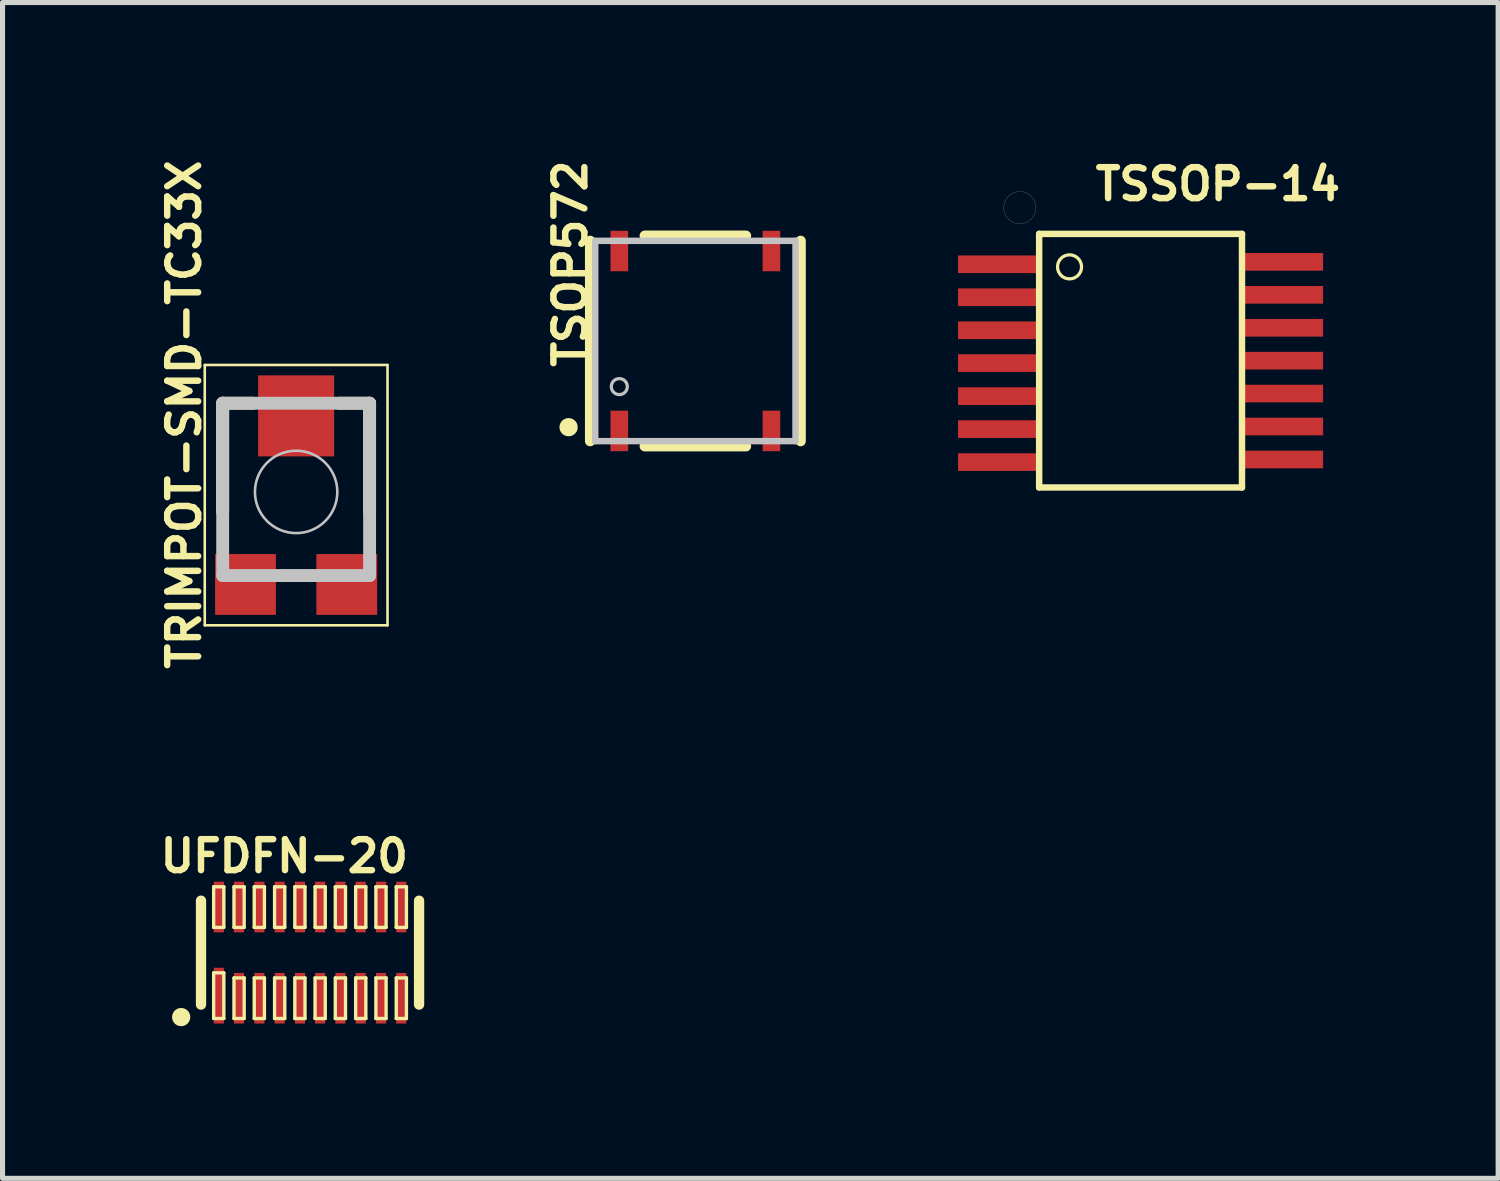
<source format=kicad_pcb>
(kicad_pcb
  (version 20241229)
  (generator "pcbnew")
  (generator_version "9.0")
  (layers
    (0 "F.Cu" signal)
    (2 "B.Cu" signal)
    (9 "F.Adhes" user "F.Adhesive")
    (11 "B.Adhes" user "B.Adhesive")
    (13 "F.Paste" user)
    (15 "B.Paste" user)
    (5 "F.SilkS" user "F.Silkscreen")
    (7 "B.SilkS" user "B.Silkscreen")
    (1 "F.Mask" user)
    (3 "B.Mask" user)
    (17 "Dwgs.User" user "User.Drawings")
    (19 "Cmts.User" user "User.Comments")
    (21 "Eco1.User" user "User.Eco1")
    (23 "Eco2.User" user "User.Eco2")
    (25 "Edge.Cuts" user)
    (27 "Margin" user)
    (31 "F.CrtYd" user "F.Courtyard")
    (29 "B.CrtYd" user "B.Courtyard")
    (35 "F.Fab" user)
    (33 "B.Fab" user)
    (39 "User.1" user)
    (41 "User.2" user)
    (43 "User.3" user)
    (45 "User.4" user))
  (footprint "TRIMPOT-SMD-TC33X"
    (layer "F.Cu")
    (at 2.787 6.646)
    (property "Reference" "TRIMPOT-SMD-TC33X" (at -2.207 -1.524 90) (layer "F.SilkS") (effects (font (size 0.61 0.61) (thickness 0.127))))
    (attr smd)
    (fp_line (start -1.801 -2.502) (end 1.801 -2.502) (stroke (width 0.051) (type solid)) (layer "F.SilkS"))
    (fp_line (start -1.801 2.629) (end -1.801 -2.502) (stroke (width 0.051) (type solid)) (layer "F.SilkS"))
    (fp_line (start -1.448 -1.748) (end -0.848 -1.748) (stroke (width 0.254) (type solid)) (layer "F.SilkS"))
    (fp_line (start -1.448 0.399) (end -1.448 -1.748) (stroke (width 0.254) (type solid)) (layer "F.SilkS"))
    (fp_line (start 1.448 -1.748) (end 0.848 -1.748) (stroke (width 0.254) (type solid)) (layer "F.SilkS"))
    (fp_line (start 1.448 0.399) (end 1.448 -1.748) (stroke (width 0.254) (type solid)) (layer "F.SilkS"))
    (fp_line (start 1.801 -2.502) (end 1.801 2.629) (stroke (width 0.051) (type solid)) (layer "F.SilkS"))
    (fp_line (start 1.801 2.629) (end -1.801 2.629) (stroke (width 0.051) (type solid)) (layer "F.SilkS"))
    (fp_line (start -1.448 -1.748) (end -1.448 1.648) (stroke (width 0.254) (type solid)) (layer "Dwgs.User"))
    (fp_line (start -1.448 1.648) (end 1.448 1.648) (stroke (width 0.254) (type solid)) (layer "Dwgs.User"))
    (fp_line (start 1.448 -1.748) (end -1.448 -1.748) (stroke (width 0.254) (type solid)) (layer "Dwgs.User"))
    (fp_line (start 1.448 1.648) (end 1.448 -1.748) (stroke (width 0.254) (type solid)) (layer "Dwgs.User"))
    (fp_circle (center 0 0) (end -0.574 0.574) (stroke (width 0.051) (type solid)) (fill no) (layer "Dwgs.User"))
    (pad "1" smd rect (at -0.998 1.824) (size 1.199 1.199) (layers "F.Cu" "F.Mask" "F.Paste"))
    (pad "2" smd rect (at 0 -1.499) (size 1.499 1.598) (layers "F.Cu" "F.Mask" "F.Paste"))
    (pad "3" smd rect (at 0.998 1.824) (size 1.199 1.199) (layers "F.Cu" "F.Mask" "F.Paste")))
  (footprint "TSOP572"
    (layer "F.Cu")
    (at 10.656 3.671)
    (property "Reference" "TSOP572" (at -2.464 -1.524 90) (layer "F.SilkS") (effects (font (size 0.61 0.61) (thickness 0.127))))
    (attr smd)
    (fp_line (start -2.075 -1.974) (end -2.075 1.974) (stroke (width 0.203) (type solid)) (layer "F.SilkS"))
    (fp_line (start 0.998 -2.075) (end -0.998 -2.075) (stroke (width 0.203) (type solid)) (layer "F.SilkS"))
    (fp_line (start 0.998 2.075) (end -0.998 2.075) (stroke (width 0.203) (type solid)) (layer "F.SilkS"))
    (fp_line (start 2.075 -1.974) (end 2.075 1.974) (stroke (width 0.203) (type solid)) (layer "F.SilkS"))
    (fp_circle (center -2.499 1.699) (end -2.626 1.826) (stroke (width 0) (type solid)) (fill yes) (layer "F.SilkS"))
    (fp_line (start -1.974 -1.974) (end -1.974 1.974) (stroke (width 0.127) (type solid)) (layer "Dwgs.User"))
    (fp_line (start -1.974 1.974) (end 1.974 1.974) (stroke (width 0.127) (type solid)) (layer "Dwgs.User"))
    (fp_line (start 1.974 -1.974) (end -1.974 -1.974) (stroke (width 0.127) (type solid)) (layer "Dwgs.User"))
    (fp_line (start 1.974 1.974) (end 1.974 -1.974) (stroke (width 0.127) (type solid)) (layer "Dwgs.User"))
    (fp_circle (center -1.499 0.899) (end -1.61 1.011) (stroke (width 0.064) (type solid)) (fill no) (layer "Dwgs.User"))
    (pad "1" smd rect (at -1.499 1.773 90) (size 0.798 0.348) (layers "F.Cu" "F.Mask" "F.Paste"))
    (pad "5" smd rect (at 1.499 1.773 90) (size 0.798 0.348) (layers "F.Cu" "F.Mask" "F.Paste"))
    (pad "6" smd rect (at 1.499 -1.773 90) (size 0.798 0.348) (layers "F.Cu" "F.Mask" "F.Paste"))
    (pad "8" smd rect (at -1.499 -1.773 90) (size 0.798 0.348) (layers "F.Cu" "F.Mask" "F.Paste")))
  (footprint "TSSOP-14"
    (layer "F.Cu")
    (at 19.431 4.059)
    (property "Reference" "TSSOP-14" (at 1.524 -3.48 0) (layer "F.SilkS") (effects (font (size 0.61 0.61) (thickness 0.127))))
    (attr smd)
    (fp_line (start -2.697 -3.015) (end -2.69 -2.944) (stroke (width 0.003) (type solid)) (layer "F.SilkS"))
    (fp_line (start -2.69 -3.086) (end -2.697 -3.015) (stroke (width 0.003) (type solid)) (layer "F.SilkS"))
    (fp_line (start -2.69 -2.944) (end -2.667 -2.878) (stroke (width 0.003) (type solid)) (layer "F.SilkS"))
    (fp_line (start -2.667 -3.152) (end -2.69 -3.086) (stroke (width 0.003) (type solid)) (layer "F.SilkS"))
    (fp_line (start -2.667 -2.878) (end -2.629 -2.817) (stroke (width 0.003) (type solid)) (layer "F.SilkS"))
    (fp_line (start -2.629 -3.213) (end -2.667 -3.152) (stroke (width 0.003) (type solid)) (layer "F.SilkS"))
    (fp_line (start -2.629 -2.817) (end -2.578 -2.766) (stroke (width 0.003) (type solid)) (layer "F.SilkS"))
    (fp_line (start -2.578 -3.264) (end -2.629 -3.213) (stroke (width 0.003) (type solid)) (layer "F.SilkS"))
    (fp_line (start -2.578 -2.766) (end -2.517 -2.728) (stroke (width 0.003) (type solid)) (layer "F.SilkS"))
    (fp_line (start -2.517 -3.302) (end -2.578 -3.264) (stroke (width 0.003) (type solid)) (layer "F.SilkS"))
    (fp_line (start -2.517 -2.728) (end -2.451 -2.705) (stroke (width 0.003) (type solid)) (layer "F.SilkS"))
    (fp_line (start -2.451 -3.325) (end -2.517 -3.302) (stroke (width 0.003) (type solid)) (layer "F.SilkS"))
    (fp_line (start -2.451 -2.705) (end -2.38 -2.697) (stroke (width 0.003) (type solid)) (layer "F.SilkS"))
    (fp_line (start -2.38 -3.332) (end -2.451 -3.325) (stroke (width 0.003) (type solid)) (layer "F.SilkS"))
    (fp_line (start -2.38 -2.697) (end -2.309 -2.705) (stroke (width 0.003) (type solid)) (layer "F.SilkS"))
    (fp_line (start -2.309 -3.325) (end -2.38 -3.332) (stroke (width 0.003) (type solid)) (layer "F.SilkS"))
    (fp_line (start -2.309 -2.705) (end -2.243 -2.728) (stroke (width 0.003) (type solid)) (layer "F.SilkS"))
    (fp_line (start -2.243 -3.302) (end -2.309 -3.325) (stroke (width 0.003) (type solid)) (layer "F.SilkS"))
    (fp_line (start -2.243 -2.728) (end -2.182 -2.766) (stroke (width 0.003) (type solid)) (layer "F.SilkS"))
    (fp_line (start -2.182 -3.264) (end -2.243 -3.302) (stroke (width 0.003) (type solid)) (layer "F.SilkS"))
    (fp_line (start -2.182 -2.766) (end -2.131 -2.817) (stroke (width 0.003) (type solid)) (layer "F.SilkS"))
    (fp_line (start -2.131 -3.213) (end -2.182 -3.264) (stroke (width 0.003) (type solid)) (layer "F.SilkS"))
    (fp_line (start -2.131 -2.817) (end -2.093 -2.878) (stroke (width 0.003) (type solid)) (layer "F.SilkS"))
    (fp_line (start -2.093 -3.152) (end -2.131 -3.213) (stroke (width 0.003) (type solid)) (layer "F.SilkS"))
    (fp_line (start -2.093 -2.878) (end -2.07 -2.944) (stroke (width 0.003) (type solid)) (layer "F.SilkS"))
    (fp_line (start -2.07 -3.086) (end -2.093 -3.152) (stroke (width 0.003) (type solid)) (layer "F.SilkS"))
    (fp_line (start -2.07 -2.944) (end -2.062 -3.015) (stroke (width 0.003) (type solid)) (layer "F.SilkS"))
    (fp_line (start -2.062 -3.015) (end -2.07 -3.086) (stroke (width 0.003) (type solid)) (layer "F.SilkS"))
    (fp_line (start -1.999 -2.499) (end -1.999 2.499) (stroke (width 0.127) (type solid)) (layer "F.SilkS"))
    (fp_line (start -1.999 2.499) (end 1.999 2.499) (stroke (width 0.127) (type solid)) (layer "F.SilkS"))
    (fp_line (start 1.999 -2.499) (end -1.999 -2.499) (stroke (width 0.127) (type solid)) (layer "F.SilkS"))
    (fp_line (start 1.999 2.499) (end 1.999 -2.499) (stroke (width 0.127) (type solid)) (layer "F.SilkS"))
    (fp_circle (center -1.4 -1.849) (end -1.567 -2.017) (stroke (width 0.064) (type solid)) (fill no) (layer "F.SilkS"))
    (pad "1" smd rect (at -2.799 -1.9) (size 1.598 0.348) (layers "F.Cu" "F.Mask" "F.Paste"))
    (pad "2" smd rect (at -2.799 -1.25) (size 1.598 0.348) (layers "F.Cu" "F.Mask" "F.Paste"))
    (pad "3" smd rect (at -2.799 -0.599) (size 1.598 0.348) (layers "F.Cu" "F.Mask" "F.Paste"))
    (pad "4" smd rect (at -2.799 0.048) (size 1.598 0.348) (layers "F.Cu" "F.Mask" "F.Paste"))
    (pad "5" smd rect (at -2.799 0.699) (size 1.598 0.348) (layers "F.Cu" "F.Mask" "F.Paste"))
    (pad "6" smd rect (at -2.799 1.349) (size 1.598 0.348) (layers "F.Cu" "F.Mask" "F.Paste"))
    (pad "7" smd rect (at -2.799 1.999) (size 1.598 0.348) (layers "F.Cu" "F.Mask" "F.Paste"))
    (pad "8" smd rect (at 2.799 1.948) (size 1.598 0.348) (layers "F.Cu" "F.Mask" "F.Paste"))
    (pad "9" smd rect (at 2.799 1.298) (size 1.598 0.348) (layers "F.Cu" "F.Mask" "F.Paste"))
    (pad "10" smd rect (at 2.799 0.648) (size 1.598 0.348) (layers "F.Cu" "F.Mask" "F.Paste"))
    (pad "11" smd rect (at 2.799 0) (size 1.598 0.348) (layers "F.Cu" "F.Mask" "F.Paste"))
    (pad "12" smd rect (at 2.799 -0.648) (size 1.598 0.348) (layers "F.Cu" "F.Mask" "F.Paste"))
    (pad "13" smd rect (at 2.799 -1.298) (size 1.598 0.348) (layers "F.Cu" "F.Mask" "F.Paste"))
    (pad "14" smd rect (at 2.799 -1.948) (size 1.598 0.348) (layers "F.Cu" "F.Mask" "F.Paste")))
  (footprint "UFDFN-20"
    (layer "F.Cu")
    (at 3.061 15.727)
    (property "Reference" "UFDFN-20" (at -0.508 -1.902 0) (layer "F.SilkS") (effects (font (size 0.61 0.61) (thickness 0.127))))
    (attr smd)
    (fp_line (start -2.149 -1.024) (end -2.149 1.024) (stroke (width 0.203) (type solid)) (layer "F.SilkS"))
    (fp_line (start -1.9 -1.298) (end -1.699 -1.298) (stroke (width 0.066) (type solid)) (layer "F.SilkS"))
    (fp_line (start -1.9 -0.498) (end -1.9 -1.298) (stroke (width 0.066) (type solid)) (layer "F.SilkS"))
    (fp_line (start -1.9 -0.498) (end -1.699 -0.498) (stroke (width 0.066) (type solid)) (layer "F.SilkS"))
    (fp_line (start -1.9 0.399) (end -1.699 0.399) (stroke (width 0.066) (type solid)) (layer "F.SilkS"))
    (fp_line (start -1.9 1.298) (end -1.9 0.399) (stroke (width 0.066) (type solid)) (layer "F.SilkS"))
    (fp_line (start -1.9 1.298) (end -1.699 1.298) (stroke (width 0.066) (type solid)) (layer "F.SilkS"))
    (fp_line (start -1.699 -0.498) (end -1.699 -1.298) (stroke (width 0.066) (type solid)) (layer "F.SilkS"))
    (fp_line (start -1.699 1.298) (end -1.699 0.399) (stroke (width 0.066) (type solid)) (layer "F.SilkS"))
    (fp_line (start -1.499 -1.298) (end -1.298 -1.298) (stroke (width 0.066) (type solid)) (layer "F.SilkS"))
    (fp_line (start -1.499 -0.498) (end -1.499 -1.298) (stroke (width 0.066) (type solid)) (layer "F.SilkS"))
    (fp_line (start -1.499 -0.498) (end -1.298 -0.498) (stroke (width 0.066) (type solid)) (layer "F.SilkS"))
    (fp_line (start -1.499 0.498) (end -1.298 0.498) (stroke (width 0.066) (type solid)) (layer "F.SilkS"))
    (fp_line (start -1.499 1.298) (end -1.499 0.498) (stroke (width 0.066) (type solid)) (layer "F.SilkS"))
    (fp_line (start -1.499 1.298) (end -1.298 1.298) (stroke (width 0.066) (type solid)) (layer "F.SilkS"))
    (fp_line (start -1.298 -0.498) (end -1.298 -1.298) (stroke (width 0.066) (type solid)) (layer "F.SilkS"))
    (fp_line (start -1.298 1.298) (end -1.298 0.498) (stroke (width 0.066) (type solid)) (layer "F.SilkS"))
    (fp_line (start -1.1 -1.298) (end -0.899 -1.298) (stroke (width 0.066) (type solid)) (layer "F.SilkS"))
    (fp_line (start -1.1 -0.498) (end -1.1 -1.298) (stroke (width 0.066) (type solid)) (layer "F.SilkS"))
    (fp_line (start -1.1 -0.498) (end -0.899 -0.498) (stroke (width 0.066) (type solid)) (layer "F.SilkS"))
    (fp_line (start -1.1 0.498) (end -0.899 0.498) (stroke (width 0.066) (type solid)) (layer "F.SilkS"))
    (fp_line (start -1.1 1.298) (end -1.1 0.498) (stroke (width 0.066) (type solid)) (layer "F.SilkS"))
    (fp_line (start -1.1 1.298) (end -0.899 1.298) (stroke (width 0.066) (type solid)) (layer "F.SilkS"))
    (fp_line (start -0.899 -0.498) (end -0.899 -1.298) (stroke (width 0.066) (type solid)) (layer "F.SilkS"))
    (fp_line (start -0.899 1.298) (end -0.899 0.498) (stroke (width 0.066) (type solid)) (layer "F.SilkS"))
    (fp_line (start -0.699 -1.298) (end -0.498 -1.298) (stroke (width 0.066) (type solid)) (layer "F.SilkS"))
    (fp_line (start -0.699 -0.498) (end -0.699 -1.298) (stroke (width 0.066) (type solid)) (layer "F.SilkS"))
    (fp_line (start -0.699 -0.498) (end -0.498 -0.498) (stroke (width 0.066) (type solid)) (layer "F.SilkS"))
    (fp_line (start -0.699 0.498) (end -0.498 0.498) (stroke (width 0.066) (type solid)) (layer "F.SilkS"))
    (fp_line (start -0.699 1.298) (end -0.699 0.498) (stroke (width 0.066) (type solid)) (layer "F.SilkS"))
    (fp_line (start -0.699 1.298) (end -0.498 1.298) (stroke (width 0.066) (type solid)) (layer "F.SilkS"))
    (fp_line (start -0.498 -0.498) (end -0.498 -1.298) (stroke (width 0.066) (type solid)) (layer "F.SilkS"))
    (fp_line (start -0.498 1.298) (end -0.498 0.498) (stroke (width 0.066) (type solid)) (layer "F.SilkS"))
    (fp_line (start -0.3 -1.298) (end -0.099 -1.298) (stroke (width 0.066) (type solid)) (layer "F.SilkS"))
    (fp_line (start -0.3 -0.498) (end -0.3 -1.298) (stroke (width 0.066) (type solid)) (layer "F.SilkS"))
    (fp_line (start -0.3 -0.498) (end -0.099 -0.498) (stroke (width 0.066) (type solid)) (layer "F.SilkS"))
    (fp_line (start -0.3 0.498) (end -0.099 0.498) (stroke (width 0.066) (type solid)) (layer "F.SilkS"))
    (fp_line (start -0.3 1.298) (end -0.3 0.498) (stroke (width 0.066) (type solid)) (layer "F.SilkS"))
    (fp_line (start -0.3 1.298) (end -0.099 1.298) (stroke (width 0.066) (type solid)) (layer "F.SilkS"))
    (fp_line (start -0.099 -0.498) (end -0.099 -1.298) (stroke (width 0.066) (type solid)) (layer "F.SilkS"))
    (fp_line (start -0.099 1.298) (end -0.099 0.498) (stroke (width 0.066) (type solid)) (layer "F.SilkS"))
    (fp_line (start 0.099 -1.298) (end 0.3 -1.298) (stroke (width 0.066) (type solid)) (layer "F.SilkS"))
    (fp_line (start 0.099 -0.498) (end 0.099 -1.298) (stroke (width 0.066) (type solid)) (layer "F.SilkS"))
    (fp_line (start 0.099 -0.498) (end 0.3 -0.498) (stroke (width 0.066) (type solid)) (layer "F.SilkS"))
    (fp_line (start 0.099 0.498) (end 0.3 0.498) (stroke (width 0.066) (type solid)) (layer "F.SilkS"))
    (fp_line (start 0.099 1.298) (end 0.099 0.498) (stroke (width 0.066) (type solid)) (layer "F.SilkS"))
    (fp_line (start 0.099 1.298) (end 0.3 1.298) (stroke (width 0.066) (type solid)) (layer "F.SilkS"))
    (fp_line (start 0.3 -0.498) (end 0.3 -1.298) (stroke (width 0.066) (type solid)) (layer "F.SilkS"))
    (fp_line (start 0.3 1.298) (end 0.3 0.498) (stroke (width 0.066) (type solid)) (layer "F.SilkS"))
    (fp_line (start 0.498 -1.298) (end 0.699 -1.298) (stroke (width 0.066) (type solid)) (layer "F.SilkS"))
    (fp_line (start 0.498 -0.498) (end 0.498 -1.298) (stroke (width 0.066) (type solid)) (layer "F.SilkS"))
    (fp_line (start 0.498 -0.498) (end 0.699 -0.498) (stroke (width 0.066) (type solid)) (layer "F.SilkS"))
    (fp_line (start 0.498 0.498) (end 0.699 0.498) (stroke (width 0.066) (type solid)) (layer "F.SilkS"))
    (fp_line (start 0.498 1.298) (end 0.498 0.498) (stroke (width 0.066) (type solid)) (layer "F.SilkS"))
    (fp_line (start 0.498 1.298) (end 0.699 1.298) (stroke (width 0.066) (type solid)) (layer "F.SilkS"))
    (fp_line (start 0.699 -0.498) (end 0.699 -1.298) (stroke (width 0.066) (type solid)) (layer "F.SilkS"))
    (fp_line (start 0.699 1.298) (end 0.699 0.498) (stroke (width 0.066) (type solid)) (layer "F.SilkS"))
    (fp_line (start 0.899 -1.298) (end 1.1 -1.298) (stroke (width 0.066) (type solid)) (layer "F.SilkS"))
    (fp_line (start 0.899 -0.498) (end 0.899 -1.298) (stroke (width 0.066) (type solid)) (layer "F.SilkS"))
    (fp_line (start 0.899 -0.498) (end 1.1 -0.498) (stroke (width 0.066) (type solid)) (layer "F.SilkS"))
    (fp_line (start 0.899 0.498) (end 1.1 0.498) (stroke (width 0.066) (type solid)) (layer "F.SilkS"))
    (fp_line (start 0.899 1.298) (end 0.899 0.498) (stroke (width 0.066) (type solid)) (layer "F.SilkS"))
    (fp_line (start 0.899 1.298) (end 1.1 1.298) (stroke (width 0.066) (type solid)) (layer "F.SilkS"))
    (fp_line (start 1.1 -0.498) (end 1.1 -1.298) (stroke (width 0.066) (type solid)) (layer "F.SilkS"))
    (fp_line (start 1.1 1.298) (end 1.1 0.498) (stroke (width 0.066) (type solid)) (layer "F.SilkS"))
    (fp_line (start 1.298 -1.298) (end 1.499 -1.298) (stroke (width 0.066) (type solid)) (layer "F.SilkS"))
    (fp_line (start 1.298 -0.498) (end 1.298 -1.298) (stroke (width 0.066) (type solid)) (layer "F.SilkS"))
    (fp_line (start 1.298 -0.498) (end 1.499 -0.498) (stroke (width 0.066) (type solid)) (layer "F.SilkS"))
    (fp_line (start 1.298 0.498) (end 1.499 0.498) (stroke (width 0.066) (type solid)) (layer "F.SilkS"))
    (fp_line (start 1.298 1.298) (end 1.298 0.498) (stroke (width 0.066) (type solid)) (layer "F.SilkS"))
    (fp_line (start 1.298 1.298) (end 1.499 1.298) (stroke (width 0.066) (type solid)) (layer "F.SilkS"))
    (fp_line (start 1.499 -0.498) (end 1.499 -1.298) (stroke (width 0.066) (type solid)) (layer "F.SilkS"))
    (fp_line (start 1.499 1.298) (end 1.499 0.498) (stroke (width 0.066) (type solid)) (layer "F.SilkS"))
    (fp_line (start 1.699 -1.298) (end 1.9 -1.298) (stroke (width 0.066) (type solid)) (layer "F.SilkS"))
    (fp_line (start 1.699 -0.498) (end 1.699 -1.298) (stroke (width 0.066) (type solid)) (layer "F.SilkS"))
    (fp_line (start 1.699 -0.498) (end 1.9 -0.498) (stroke (width 0.066) (type solid)) (layer "F.SilkS"))
    (fp_line (start 1.699 0.498) (end 1.9 0.498) (stroke (width 0.066) (type solid)) (layer "F.SilkS"))
    (fp_line (start 1.699 1.298) (end 1.699 0.498) (stroke (width 0.066) (type solid)) (layer "F.SilkS"))
    (fp_line (start 1.699 1.298) (end 1.9 1.298) (stroke (width 0.066) (type solid)) (layer "F.SilkS"))
    (fp_line (start 1.9 -0.498) (end 1.9 -1.298) (stroke (width 0.066) (type solid)) (layer "F.SilkS"))
    (fp_line (start 1.9 1.298) (end 1.9 0.498) (stroke (width 0.066) (type solid)) (layer "F.SilkS"))
    (fp_line (start 2.149 -1.024) (end 2.149 1.024) (stroke (width 0.203) (type solid)) (layer "F.SilkS"))
    (fp_circle (center -2.54 1.27) (end -2.667 1.397) (stroke (width 0) (type solid)) (fill yes) (layer "F.SilkS"))
    (pad "1" smd rect (at -1.798 0.848 90) (size 1.1 0.198) (layers "F.Cu" "F.Mask" "F.Paste"))
    (pad "2" smd rect (at -1.4 0.899 90) (size 0.998 0.198) (layers "F.Cu" "F.Mask" "F.Paste"))
    (pad "3" smd rect (at -0.998 0.899 90) (size 0.998 0.198) (layers "F.Cu" "F.Mask" "F.Paste"))
    (pad "4" smd rect (at -0.599 0.899 90) (size 0.998 0.198) (layers "F.Cu" "F.Mask" "F.Paste"))
    (pad "5" smd rect (at -0.198 0.899 90) (size 0.998 0.198) (layers "F.Cu" "F.Mask" "F.Paste"))
    (pad "6" smd rect (at 0.198 0.899 90) (size 0.998 0.198) (layers "F.Cu" "F.Mask" "F.Paste"))
    (pad "7" smd rect (at 0.599 0.899 90) (size 0.998 0.198) (layers "F.Cu" "F.Mask" "F.Paste"))
    (pad "8" smd rect (at 0.998 0.899 90) (size 0.998 0.198) (layers "F.Cu" "F.Mask" "F.Paste"))
    (pad "9" smd rect (at 1.4 0.899 90) (size 0.998 0.198) (layers "F.Cu" "F.Mask" "F.Paste"))
    (pad "10" smd rect (at 1.798 0.899 90) (size 0.998 0.198) (layers "F.Cu" "F.Mask" "F.Paste"))
    (pad "11" smd rect (at 1.798 -0.899 90) (size 0.998 0.198) (layers "F.Cu" "F.Mask" "F.Paste"))
    (pad "12" smd rect (at 1.4 -0.899 90) (size 0.998 0.198) (layers "F.Cu" "F.Mask" "F.Paste"))
    (pad "13" smd rect (at 0.998 -0.899 90) (size 0.998 0.198) (layers "F.Cu" "F.Mask" "F.Paste"))
    (pad "14" smd rect (at 0.599 -0.899 90) (size 0.998 0.198) (layers "F.Cu" "F.Mask" "F.Paste"))
    (pad "15" smd rect (at 0.198 -0.899 90) (size 0.998 0.198) (layers "F.Cu" "F.Mask" "F.Paste"))
    (pad "16" smd rect (at -0.198 -0.899 90) (size 0.998 0.198) (layers "F.Cu" "F.Mask" "F.Paste"))
    (pad "17" smd rect (at -0.599 -0.899 90) (size 0.998 0.198) (layers "F.Cu" "F.Mask" "F.Paste"))
    (pad "18" smd rect (at -0.998 -0.899 90) (size 0.998 0.198) (layers "F.Cu" "F.Mask" "F.Paste"))
    (pad "19" smd rect (at -1.4 -0.899 90) (size 0.998 0.198) (layers "F.Cu" "F.Mask" "F.Paste"))
    (pad "20" smd rect (at -1.798 -0.899 90) (size 0.998 0.198) (layers "F.Cu" "F.Mask" "F.Paste")))
  (gr_rect
    (start -3 -3)
    (end 26.479 20.176)
    (stroke (width 0.1) (type default))
    (fill no)
    (layer "Edge.Cuts")))
</source>
